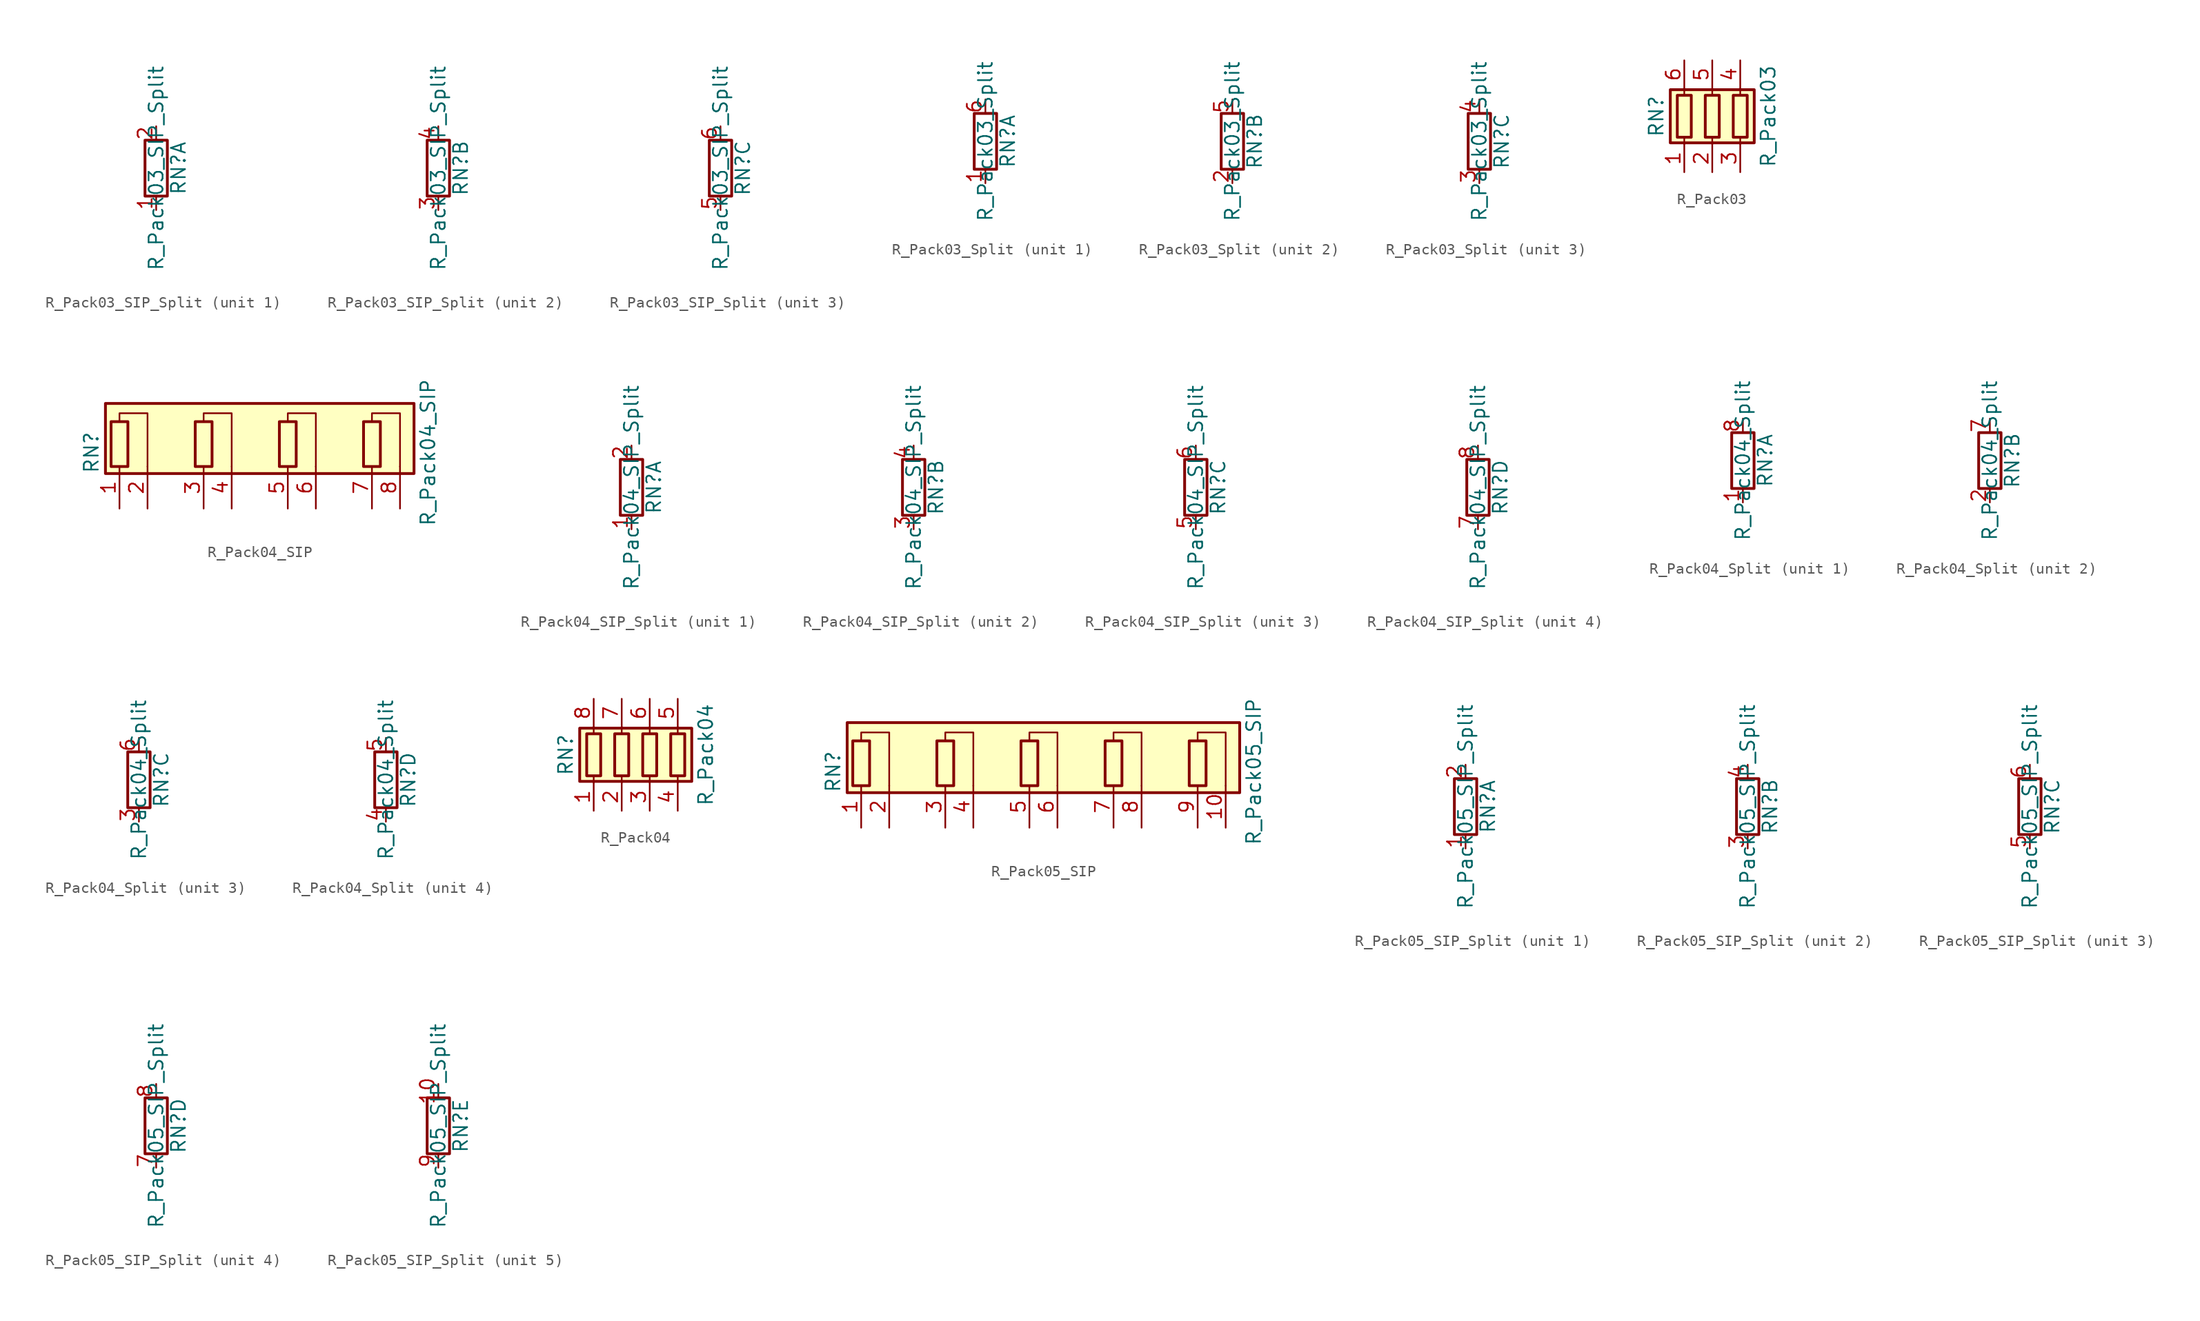
<source format=kicad_sym>
(kicad_symbol_lib
  (version 20201005)
  (generator kicad_symbol_editor)
  (symbol "R_Pack03_SIP_Split"
    (pin_names
      (offset 0) hide)
    (property "Reference" "RN"
      (at 2.032 0 90)
      (effects (font (size 1.27 1.27))))
    (property "Value" "R_Pack03_SIP_Split"
      (at 0 0 90)
      (effects (font (size 1.27 1.27))))
    (symbol "R_Pack03_SIP_Split_0_1"
      (rectangle (start 1.016 2.54) (end -1.016 -2.54) (stroke (width 0.254)) (fill (type none))))
    (symbol "R_Pack03_SIP_Split_1_1"
      (pin passive line (at 0 -3.81 90) (length 1.27) (name "R1.1" (effects (font (size 1.27 1.27)))) (number "1" (effects (font (size 1.27 1.27)))))
      (pin passive line (at 0 3.81 270) (length 1.27) (name "R1.2" (effects (font (size 1.27 1.27)))) (number "2" (effects (font (size 1.27 1.27))))))
    (symbol "R_Pack03_SIP_Split_2_1"
      (pin passive line (at 0 -3.81 90) (length 1.27) (name "R2.1" (effects (font (size 1.27 1.27)))) (number "3" (effects (font (size 1.27 1.27)))))
      (pin passive line (at 0 3.81 270) (length 1.27) (name "R2.2" (effects (font (size 1.27 1.27)))) (number "4" (effects (font (size 1.27 1.27))))))
    (symbol "R_Pack03_SIP_Split_3_1"
      (pin passive line (at 0 -3.81 90) (length 1.27) (name "R3.1" (effects (font (size 1.27 1.27)))) (number "5" (effects (font (size 1.27 1.27)))))
      (pin passive line (at 0 3.81 270) (length 1.27) (name "R3.2" (effects (font (size 1.27 1.27)))) (number "6" (effects (font (size 1.27 1.27)))))))
  (symbol "R_Pack03_Split"
    (pin_names
      (offset 0) hide)
    (property "Reference" "RN"
      (at 2.032 0 90)
      (effects (font (size 1.27 1.27))))
    (property "Value" "R_Pack03_Split"
      (at 0 0 90)
      (effects (font (size 1.27 1.27))))
    (symbol "R_Pack03_Split_0_1"
      (rectangle (start 1.016 2.54) (end -1.016 -2.54) (stroke (width 0.254)) (fill (type none))))
    (symbol "R_Pack03_Split_1_1"
      (pin passive line (at 0 -3.81 90) (length 1.27) (name "R1.1" (effects (font (size 1.27 1.27)))) (number "1" (effects (font (size 1.27 1.27)))))
      (pin passive line (at 0 3.81 270) (length 1.27) (name "R1.2" (effects (font (size 1.27 1.27)))) (number "6" (effects (font (size 1.27 1.27))))))
    (symbol "R_Pack03_Split_2_1"
      (pin passive line (at 0 -3.81 90) (length 1.27) (name "R2.1" (effects (font (size 1.27 1.27)))) (number "2" (effects (font (size 1.27 1.27)))))
      (pin passive line (at 0 3.81 270) (length 1.27) (name "R2.2" (effects (font (size 1.27 1.27)))) (number "5" (effects (font (size 1.27 1.27))))))
    (symbol "R_Pack03_Split_3_1"
      (pin passive line (at 0 -3.81 90) (length 1.27) (name "R3.1" (effects (font (size 1.27 1.27)))) (number "3" (effects (font (size 1.27 1.27)))))
      (pin passive line (at 0 3.81 270) (length 1.27) (name "R3.2" (effects (font (size 1.27 1.27)))) (number "4" (effects (font (size 1.27 1.27)))))))
  (symbol "R_Pack03"
    (pin_names
      (offset 0) hide)
    (property "Reference" "RN"
      (at -5.08 0 90)
      (effects (font (size 1.27 1.27))))
    (property "Value" "R_Pack03"
      (at 5.08 0 90)
      (effects (font (size 1.27 1.27))))
    (symbol "R_Pack03_0_1"
      (rectangle (start -3.175 1.905) (end -1.905 -1.905) (stroke (width 0.254)) (fill (type none)))
      (rectangle (start -0.635 1.905) (end 0.635 -1.905) (stroke (width 0.254)) (fill (type none)))
      (rectangle (start 1.905 1.905) (end 3.175 -1.905) (stroke (width 0.254)) (fill (type none)))
      (rectangle (start -3.81 -2.413) (end 3.81 2.413) (stroke (width 0.254)) (fill (type background)))
      (polyline (pts (xy -2.54 -2.54) (xy -2.54 -1.905)) (stroke (width 0)) (fill (type none)))
      (polyline (pts (xy -2.54 1.905) (xy -2.54 2.54)) (stroke (width 0)) (fill (type none)))
      (polyline (pts (xy 0 -2.54) (xy 0 -1.905)) (stroke (width 0)) (fill (type none)))
      (polyline (pts (xy 0 1.905) (xy 0 2.54)) (stroke (width 0)) (fill (type none)))
      (polyline (pts (xy 2.54 -2.54) (xy 2.54 -1.905)) (stroke (width 0)) (fill (type none)))
      (polyline (pts (xy 2.54 1.905) (xy 2.54 2.54)) (stroke (width 0)) (fill (type none))))
    (symbol "R_Pack03_1_1"
      (pin passive line (at -2.54 -5.08 90) (length 2.54) (name "R1.1" (effects (font (size 1.27 1.27)))) (number "1" (effects (font (size 1.27 1.27)))))
      (pin passive line (at 0 -5.08 90) (length 2.54) (name "R2.1" (effects (font (size 1.27 1.27)))) (number "2" (effects (font (size 1.27 1.27)))))
      (pin passive line (at 2.54 -5.08 90) (length 2.54) (name "R3.1" (effects (font (size 1.27 1.27)))) (number "3" (effects (font (size 1.27 1.27)))))
      (pin passive line (at 2.54 5.08 270) (length 2.54) (name "R3.2" (effects (font (size 1.27 1.27)))) (number "4" (effects (font (size 1.27 1.27)))))
      (pin passive line (at 0 5.08 270) (length 2.54) (name "R2.2" (effects (font (size 1.27 1.27)))) (number "5" (effects (font (size 1.27 1.27)))))
      (pin passive line (at -2.54 5.08 270) (length 2.54) (name "R1.2" (effects (font (size 1.27 1.27)))) (number "6" (effects (font (size 1.27 1.27)))))))
  (symbol "R_Pack04_SIP"
    (pin_names
      (offset 0) hide)
    (property "Reference" "RN"
      (at -15.24 0 90)
      (effects (font (size 1.27 1.27))))
    (property "Value" "R_Pack04_SIP"
      (at 15.24 0 90)
      (effects (font (size 1.27 1.27))))
    (symbol "R_Pack04_SIP_0_1"
      (rectangle (start -13.462 2.794) (end -11.938 -1.27) (stroke (width 0.254)) (fill (type none)))
      (rectangle (start -5.842 2.794) (end -4.318 -1.27) (stroke (width 0.254)) (fill (type none)))
      (rectangle (start 1.778 2.794) (end 3.302 -1.27) (stroke (width 0.254)) (fill (type none)))
      (rectangle (start 9.398 2.794) (end 10.922 -1.27) (stroke (width 0.254)) (fill (type none)))
      (rectangle (start -13.97 -1.905) (end 13.97 4.445) (stroke (width 0.254)) (fill (type background)))
      (polyline (pts (xy -12.7 2.794) (xy -12.7 3.556) (xy -10.16 3.556) (xy -10.16 -1.27)) (stroke (width 0)) (fill (type none)))
      (polyline (pts (xy -5.08 2.794) (xy -5.08 3.556) (xy -2.54 3.556) (xy -2.54 -1.27)) (stroke (width 0)) (fill (type none)))
      (polyline (pts (xy 2.54 2.794) (xy 2.54 3.556) (xy 5.08 3.556) (xy 5.08 -1.27)) (stroke (width 0)) (fill (type none)))
      (polyline (pts (xy 10.16 2.794) (xy 10.16 3.556) (xy 12.7 3.556) (xy 12.7 -1.27)) (stroke (width 0)) (fill (type none))))
    (symbol "R_Pack04_SIP_1_1"
      (pin passive line (at -12.7 -5.08 90) (length 3.81) (name "R1.1" (effects (font (size 1.27 1.27)))) (number "1" (effects (font (size 1.27 1.27)))))
      (pin passive line (at -10.16 -5.08 90) (length 3.81) (name "R1.2" (effects (font (size 1.27 1.27)))) (number "2" (effects (font (size 1.27 1.27)))))
      (pin passive line (at -5.08 -5.08 90) (length 3.81) (name "R2.1" (effects (font (size 1.27 1.27)))) (number "3" (effects (font (size 1.27 1.27)))))
      (pin passive line (at -2.54 -5.08 90) (length 3.81) (name "R2.2" (effects (font (size 1.27 1.27)))) (number "4" (effects (font (size 1.27 1.27)))))
      (pin passive line (at 2.54 -5.08 90) (length 3.81) (name "R3.1" (effects (font (size 1.27 1.27)))) (number "5" (effects (font (size 1.27 1.27)))))
      (pin passive line (at 5.08 -5.08 90) (length 3.81) (name "R3.2" (effects (font (size 1.27 1.27)))) (number "6" (effects (font (size 1.27 1.27)))))
      (pin passive line (at 10.16 -5.08 90) (length 3.81) (name "R4.1" (effects (font (size 1.27 1.27)))) (number "7" (effects (font (size 1.27 1.27)))))
      (pin passive line (at 12.7 -5.08 90) (length 3.81) (name "R4.2" (effects (font (size 1.27 1.27)))) (number "8" (effects (font (size 1.27 1.27)))))))
  (symbol "R_Pack04_SIP_Split"
    (pin_names
      (offset 0) hide)
    (property "Reference" "RN"
      (at 2.032 0 90)
      (effects (font (size 1.27 1.27))))
    (property "Value" "R_Pack04_SIP_Split"
      (at 0 0 90)
      (effects (font (size 1.27 1.27))))
    (symbol "R_Pack04_SIP_Split_0_1"
      (rectangle (start 1.016 2.54) (end -1.016 -2.54) (stroke (width 0.254)) (fill (type none))))
    (symbol "R_Pack04_SIP_Split_1_1"
      (pin passive line (at 0 -3.81 90) (length 1.27) (name "R1.1" (effects (font (size 1.27 1.27)))) (number "1" (effects (font (size 1.27 1.27)))))
      (pin passive line (at 0 3.81 270) (length 1.27) (name "R1.2" (effects (font (size 1.27 1.27)))) (number "2" (effects (font (size 1.27 1.27))))))
    (symbol "R_Pack04_SIP_Split_2_1"
      (pin passive line (at 0 -3.81 90) (length 1.27) (name "R2.1" (effects (font (size 1.27 1.27)))) (number "3" (effects (font (size 1.27 1.27)))))
      (pin passive line (at 0 3.81 270) (length 1.27) (name "R2.2" (effects (font (size 1.27 1.27)))) (number "4" (effects (font (size 1.27 1.27))))))
    (symbol "R_Pack04_SIP_Split_3_1"
      (pin passive line (at 0 -3.81 90) (length 1.27) (name "R3.1" (effects (font (size 1.27 1.27)))) (number "5" (effects (font (size 1.27 1.27)))))
      (pin passive line (at 0 3.81 270) (length 1.27) (name "R3.2" (effects (font (size 1.27 1.27)))) (number "6" (effects (font (size 1.27 1.27))))))
    (symbol "R_Pack04_SIP_Split_4_1"
      (pin passive line (at 0 -3.81 90) (length 1.27) (name "R4.1" (effects (font (size 1.27 1.27)))) (number "7" (effects (font (size 1.27 1.27)))))
      (pin passive line (at 0 3.81 270) (length 1.27) (name "R4.2" (effects (font (size 1.27 1.27)))) (number "8" (effects (font (size 1.27 1.27)))))))
  (symbol "R_Pack04_Split"
    (pin_names
      (offset 0) hide)
    (property "Reference" "RN"
      (at 2.032 0 90)
      (effects (font (size 1.27 1.27))))
    (property "Value" "R_Pack04_Split"
      (at 0 0 90)
      (effects (font (size 1.27 1.27))))
    (symbol "R_Pack04_Split_0_1"
      (rectangle (start 1.016 2.54) (end -1.016 -2.54) (stroke (width 0.254)) (fill (type none))))
    (symbol "R_Pack04_Split_1_1"
      (pin passive line (at 0 -3.81 90) (length 1.27) (name "R1.1" (effects (font (size 1.27 1.27)))) (number "1" (effects (font (size 1.27 1.27)))))
      (pin passive line (at 0 3.81 270) (length 1.27) (name "R1.2" (effects (font (size 1.27 1.27)))) (number "8" (effects (font (size 1.27 1.27))))))
    (symbol "R_Pack04_Split_2_1"
      (pin passive line (at 0 -3.81 90) (length 1.27) (name "R2.1" (effects (font (size 1.27 1.27)))) (number "2" (effects (font (size 1.27 1.27)))))
      (pin passive line (at 0 3.81 270) (length 1.27) (name "R2.2" (effects (font (size 1.27 1.27)))) (number "7" (effects (font (size 1.27 1.27))))))
    (symbol "R_Pack04_Split_3_1"
      (pin passive line (at 0 -3.81 90) (length 1.27) (name "R3.1" (effects (font (size 1.27 1.27)))) (number "3" (effects (font (size 1.27 1.27)))))
      (pin passive line (at 0 3.81 270) (length 1.27) (name "R3.2" (effects (font (size 1.27 1.27)))) (number "6" (effects (font (size 1.27 1.27))))))
    (symbol "R_Pack04_Split_4_1"
      (pin passive line (at 0 -3.81 90) (length 1.27) (name "R4.1" (effects (font (size 1.27 1.27)))) (number "4" (effects (font (size 1.27 1.27)))))
      (pin passive line (at 0 3.81 270) (length 1.27) (name "R4.2" (effects (font (size 1.27 1.27)))) (number "5" (effects (font (size 1.27 1.27)))))))
  (symbol "R_Pack04"
    (pin_names
      (offset 0) hide)
    (property "Reference" "RN"
      (at -7.62 0 90)
      (effects (font (size 1.27 1.27))))
    (property "Value" "R_Pack04"
      (at 5.08 0 90)
      (effects (font (size 1.27 1.27))))
    (symbol "R_Pack04_0_1"
      (rectangle (start -5.715 1.905) (end -4.445 -1.905) (stroke (width 0.254)) (fill (type none)))
      (rectangle (start -3.175 1.905) (end -1.905 -1.905) (stroke (width 0.254)) (fill (type none)))
      (rectangle (start -0.635 1.905) (end 0.635 -1.905) (stroke (width 0.254)) (fill (type none)))
      (rectangle (start 1.905 1.905) (end 3.175 -1.905) (stroke (width 0.254)) (fill (type none)))
      (rectangle (start -6.35 -2.413) (end 3.81 2.413) (stroke (width 0.254)) (fill (type background)))
      (polyline (pts (xy -5.08 -2.54) (xy -5.08 -1.905)) (stroke (width 0)) (fill (type none)))
      (polyline (pts (xy -5.08 1.905) (xy -5.08 2.54)) (stroke (width 0)) (fill (type none)))
      (polyline (pts (xy -2.54 -2.54) (xy -2.54 -1.905)) (stroke (width 0)) (fill (type none)))
      (polyline (pts (xy -2.54 1.905) (xy -2.54 2.54)) (stroke (width 0)) (fill (type none)))
      (polyline (pts (xy 0 -2.54) (xy 0 -1.905)) (stroke (width 0)) (fill (type none)))
      (polyline (pts (xy 0 1.905) (xy 0 2.54)) (stroke (width 0)) (fill (type none)))
      (polyline (pts (xy 2.54 -2.54) (xy 2.54 -1.905)) (stroke (width 0)) (fill (type none)))
      (polyline (pts (xy 2.54 1.905) (xy 2.54 2.54)) (stroke (width 0)) (fill (type none))))
    (symbol "R_Pack04_1_1"
      (pin passive line (at -5.08 -5.08 90) (length 2.54) (name "R1.1" (effects (font (size 1.27 1.27)))) (number "1" (effects (font (size 1.27 1.27)))))
      (pin passive line (at -2.54 -5.08 90) (length 2.54) (name "R2.1" (effects (font (size 1.27 1.27)))) (number "2" (effects (font (size 1.27 1.27)))))
      (pin passive line (at 0 -5.08 90) (length 2.54) (name "R3.1" (effects (font (size 1.27 1.27)))) (number "3" (effects (font (size 1.27 1.27)))))
      (pin passive line (at 2.54 -5.08 90) (length 2.54) (name "R4.1" (effects (font (size 1.27 1.27)))) (number "4" (effects (font (size 1.27 1.27)))))
      (pin passive line (at 2.54 5.08 270) (length 2.54) (name "R4.2" (effects (font (size 1.27 1.27)))) (number "5" (effects (font (size 1.27 1.27)))))
      (pin passive line (at 0 5.08 270) (length 2.54) (name "R3.2" (effects (font (size 1.27 1.27)))) (number "6" (effects (font (size 1.27 1.27)))))
      (pin passive line (at -2.54 5.08 270) (length 2.54) (name "R2.2" (effects (font (size 1.27 1.27)))) (number "7" (effects (font (size 1.27 1.27)))))
      (pin passive line (at -5.08 5.08 270) (length 2.54) (name "R1.2" (effects (font (size 1.27 1.27)))) (number "8" (effects (font (size 1.27 1.27)))))))
  (symbol "R_Pack05_SIP"
    (pin_names
      (offset 0) hide)
    (property "Reference" "RN"
      (at -17.78 0 90)
      (effects (font (size 1.27 1.27))))
    (property "Value" "R_Pack05_SIP"
      (at 20.32 0 90)
      (effects (font (size 1.27 1.27))))
    (symbol "R_Pack05_SIP_0_1"
      (rectangle (start -16.002 2.794) (end -14.478 -1.27) (stroke (width 0.254)) (fill (type none)))
      (rectangle (start -8.382 2.794) (end -6.858 -1.27) (stroke (width 0.254)) (fill (type none)))
      (rectangle (start -0.762 2.794) (end 0.762 -1.27) (stroke (width 0.254)) (fill (type none)))
      (rectangle (start 6.858 2.794) (end 8.382 -1.27) (stroke (width 0.254)) (fill (type none)))
      (rectangle (start 14.478 2.794) (end 16.002 -1.27) (stroke (width 0.254)) (fill (type none)))
      (rectangle (start -16.51 -1.905) (end 19.05 4.445) (stroke (width 0.254)) (fill (type background)))
      (polyline (pts (xy -15.24 2.794) (xy -15.24 3.556) (xy -12.7 3.556) (xy -12.7 -1.27)) (stroke (width 0)) (fill (type none)))
      (polyline (pts (xy -7.62 2.794) (xy -7.62 3.556) (xy -5.08 3.556) (xy -5.08 -1.27)) (stroke (width 0)) (fill (type none)))
      (polyline (pts (xy 0 2.794) (xy 0 3.556) (xy 2.54 3.556) (xy 2.54 -1.27)) (stroke (width 0)) (fill (type none)))
      (polyline (pts (xy 7.62 2.794) (xy 7.62 3.556) (xy 10.16 3.556) (xy 10.16 -1.27)) (stroke (width 0)) (fill (type none)))
      (polyline (pts (xy 15.24 2.794) (xy 15.24 3.556) (xy 17.78 3.556) (xy 17.78 -1.27)) (stroke (width 0)) (fill (type none))))
    (symbol "R_Pack05_SIP_1_1"
      (pin passive line (at -15.24 -5.08 90) (length 3.81) (name "R1.1" (effects (font (size 1.27 1.27)))) (number "1" (effects (font (size 1.27 1.27)))))
      (pin passive line (at 17.78 -5.08 90) (length 3.81) (name "R5.2" (effects (font (size 1.27 1.27)))) (number "10" (effects (font (size 1.27 1.27)))))
      (pin passive line (at -12.7 -5.08 90) (length 3.81) (name "R1.2" (effects (font (size 1.27 1.27)))) (number "2" (effects (font (size 1.27 1.27)))))
      (pin passive line (at -7.62 -5.08 90) (length 3.81) (name "R2.1" (effects (font (size 1.27 1.27)))) (number "3" (effects (font (size 1.27 1.27)))))
      (pin passive line (at -5.08 -5.08 90) (length 3.81) (name "R2.2" (effects (font (size 1.27 1.27)))) (number "4" (effects (font (size 1.27 1.27)))))
      (pin passive line (at 0 -5.08 90) (length 3.81) (name "R3.1" (effects (font (size 1.27 1.27)))) (number "5" (effects (font (size 1.27 1.27)))))
      (pin passive line (at 2.54 -5.08 90) (length 3.81) (name "R3.2" (effects (font (size 1.27 1.27)))) (number "6" (effects (font (size 1.27 1.27)))))
      (pin passive line (at 7.62 -5.08 90) (length 3.81) (name "R4.1" (effects (font (size 1.27 1.27)))) (number "7" (effects (font (size 1.27 1.27)))))
      (pin passive line (at 10.16 -5.08 90) (length 3.81) (name "R4.2" (effects (font (size 1.27 1.27)))) (number "8" (effects (font (size 1.27 1.27)))))
      (pin passive line (at 15.24 -5.08 90) (length 3.81) (name "R5.1" (effects (font (size 1.27 1.27)))) (number "9" (effects (font (size 1.27 1.27)))))))
  (symbol "R_Pack05_SIP_Split"
    (pin_names
      (offset 0) hide)
    (property "Reference" "RN"
      (at 2.032 0 90)
      (effects (font (size 1.27 1.27))))
    (property "Value" "R_Pack05_SIP_Split"
      (at 0 0 90)
      (effects (font (size 1.27 1.27))))
    (symbol "R_Pack05_SIP_Split_0_1"
      (rectangle (start 1.016 2.54) (end -1.016 -2.54) (stroke (width 0.254)) (fill (type none))))
    (symbol "R_Pack05_SIP_Split_1_1"
      (pin passive line (at 0 -3.81 90) (length 1.27) (name "R1.1" (effects (font (size 1.27 1.27)))) (number "1" (effects (font (size 1.27 1.27)))))
      (pin passive line (at 0 3.81 270) (length 1.27) (name "R1.2" (effects (font (size 1.27 1.27)))) (number "2" (effects (font (size 1.27 1.27))))))
    (symbol "R_Pack05_SIP_Split_2_1"
      (pin passive line (at 0 -3.81 90) (length 1.27) (name "R2.1" (effects (font (size 1.27 1.27)))) (number "3" (effects (font (size 1.27 1.27)))))
      (pin passive line (at 0 3.81 270) (length 1.27) (name "R2.2" (effects (font (size 1.27 1.27)))) (number "4" (effects (font (size 1.27 1.27))))))
    (symbol "R_Pack05_SIP_Split_3_1"
      (pin passive line (at 0 -3.81 90) (length 1.27) (name "R3.1" (effects (font (size 1.27 1.27)))) (number "5" (effects (font (size 1.27 1.27)))))
      (pin passive line (at 0 3.81 270) (length 1.27) (name "R3.2" (effects (font (size 1.27 1.27)))) (number "6" (effects (font (size 1.27 1.27))))))
    (symbol "R_Pack05_SIP_Split_4_1"
      (pin passive line (at 0 -3.81 90) (length 1.27) (name "R4.1" (effects (font (size 1.27 1.27)))) (number "7" (effects (font (size 1.27 1.27)))))
      (pin passive line (at 0 3.81 270) (length 1.27) (name "R4.2" (effects (font (size 1.27 1.27)))) (number "8" (effects (font (size 1.27 1.27))))))
    (symbol "R_Pack05_SIP_Split_5_1"
      (pin passive line (at 0 3.81 270) (length 1.27) (name "R5.2" (effects (font (size 1.27 1.27)))) (number "10" (effects (font (size 1.27 1.27)))))
      (pin passive line (at 0 -3.81 90) (length 1.27) (name "R5.1" (effects (font (size 1.27 1.27)))) (number "9" (effects (font (size 1.27 1.27))))))))
</source>
